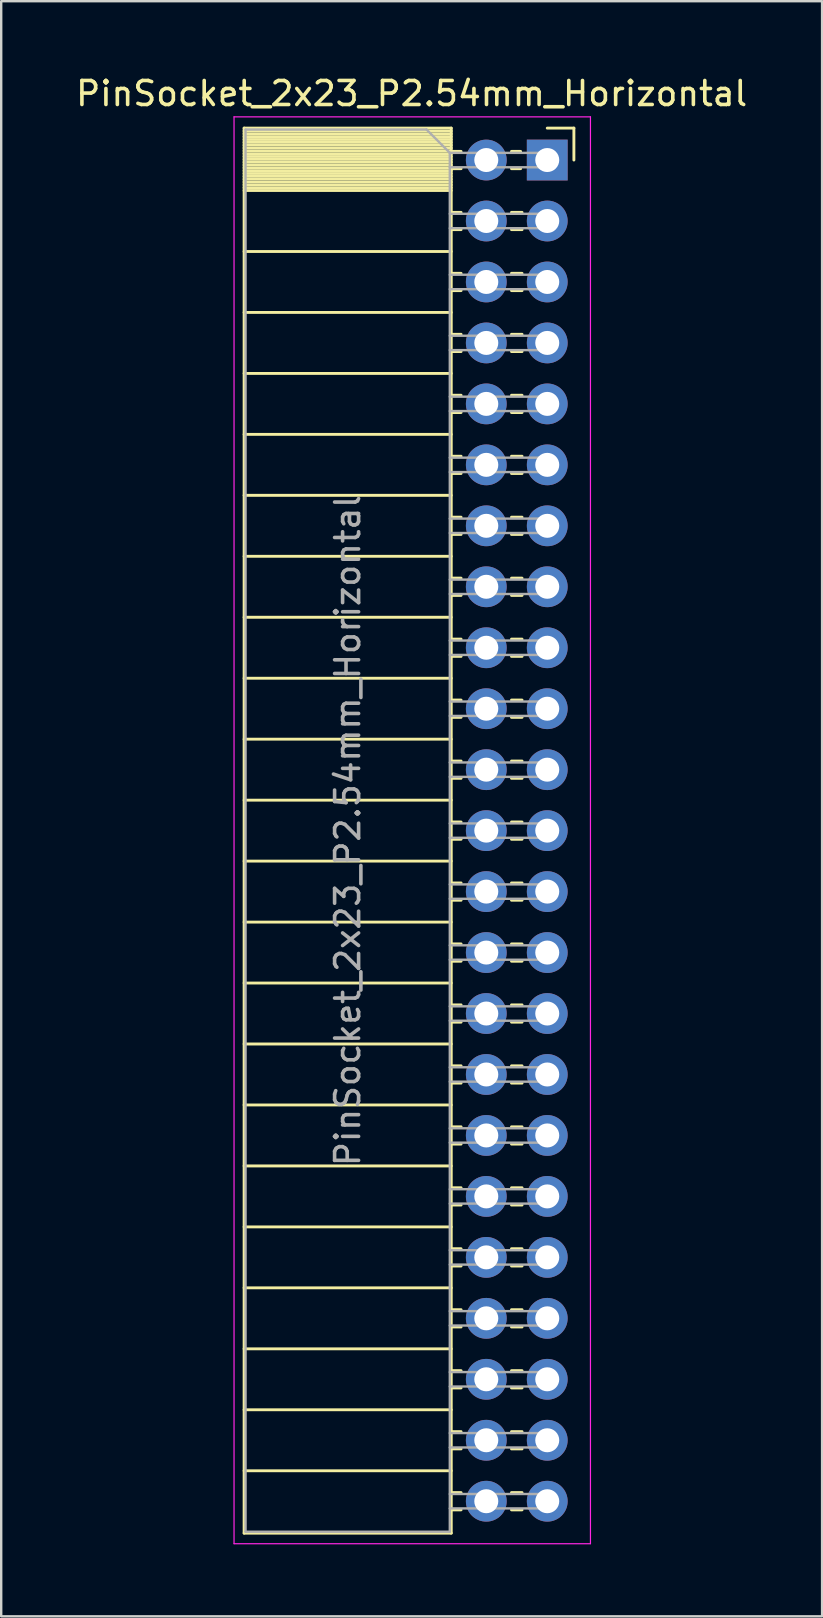
<source format=kicad_pcb>
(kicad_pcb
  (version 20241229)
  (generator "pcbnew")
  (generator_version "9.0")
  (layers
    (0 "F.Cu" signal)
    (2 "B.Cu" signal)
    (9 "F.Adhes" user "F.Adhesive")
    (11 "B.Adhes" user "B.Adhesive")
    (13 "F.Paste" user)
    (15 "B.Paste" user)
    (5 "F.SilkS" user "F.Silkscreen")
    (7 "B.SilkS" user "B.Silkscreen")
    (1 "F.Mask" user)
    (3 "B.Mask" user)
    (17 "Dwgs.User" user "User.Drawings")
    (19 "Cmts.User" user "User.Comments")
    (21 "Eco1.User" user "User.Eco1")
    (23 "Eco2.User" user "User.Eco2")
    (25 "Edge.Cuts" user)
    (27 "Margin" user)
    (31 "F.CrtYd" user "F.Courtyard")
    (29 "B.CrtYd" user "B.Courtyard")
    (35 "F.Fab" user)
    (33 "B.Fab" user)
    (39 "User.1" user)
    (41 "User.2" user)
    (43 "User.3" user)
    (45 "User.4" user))
  (footprint "PinSocket_2x23_P2.54mm_Horizontal"
    (layer "F.Cu")
    (at 19.751 3.618)
    (property "Reference" "PinSocket_2x23_P2.54mm_Horizontal" (at -5.65 -2.77 0) (layer "F.SilkS") (effects (font (size 1 1) (thickness 0.15))))
    (attr through_hole)
    (fp_line (start -12.63 -1.33) (end -12.63 57.21) (stroke (width 0.12) (type solid)) (layer "F.SilkS"))
    (fp_line (start -12.63 -1.33) (end -4 -1.33) (stroke (width 0.12) (type solid)) (layer "F.SilkS"))
    (fp_line (start -12.63 -1.21) (end -4 -1.21) (stroke (width 0.12) (type solid)) (layer "F.SilkS"))
    (fp_line (start -12.63 -1.092) (end -4 -1.092) (stroke (width 0.12) (type solid)) (layer "F.SilkS"))
    (fp_line (start -12.63 -0.974) (end -4 -0.974) (stroke (width 0.12) (type solid)) (layer "F.SilkS"))
    (fp_line (start -12.63 -0.856) (end -4 -0.856) (stroke (width 0.12) (type solid)) (layer "F.SilkS"))
    (fp_line (start -12.63 -0.738) (end -4 -0.738) (stroke (width 0.12) (type solid)) (layer "F.SilkS"))
    (fp_line (start -12.63 -0.62) (end -4 -0.62) (stroke (width 0.12) (type solid)) (layer "F.SilkS"))
    (fp_line (start -12.63 -0.501) (end -4 -0.501) (stroke (width 0.12) (type solid)) (layer "F.SilkS"))
    (fp_line (start -12.63 -0.383) (end -4 -0.383) (stroke (width 0.12) (type solid)) (layer "F.SilkS"))
    (fp_line (start -12.63 -0.265) (end -4 -0.265) (stroke (width 0.12) (type solid)) (layer "F.SilkS"))
    (fp_line (start -12.63 -0.147) (end -4 -0.147) (stroke (width 0.12) (type solid)) (layer "F.SilkS"))
    (fp_line (start -12.63 -0.029) (end -4 -0.029) (stroke (width 0.12) (type solid)) (layer "F.SilkS"))
    (fp_line (start -12.63 0.089) (end -4 0.089) (stroke (width 0.12) (type solid)) (layer "F.SilkS"))
    (fp_line (start -12.63 0.207) (end -4 0.207) (stroke (width 0.12) (type solid)) (layer "F.SilkS"))
    (fp_line (start -12.63 0.325) (end -4 0.325) (stroke (width 0.12) (type solid)) (layer "F.SilkS"))
    (fp_line (start -12.63 0.443) (end -4 0.443) (stroke (width 0.12) (type solid)) (layer "F.SilkS"))
    (fp_line (start -12.63 0.561) (end -4 0.561) (stroke (width 0.12) (type solid)) (layer "F.SilkS"))
    (fp_line (start -12.63 0.68) (end -4 0.68) (stroke (width 0.12) (type solid)) (layer "F.SilkS"))
    (fp_line (start -12.63 0.798) (end -4 0.798) (stroke (width 0.12) (type solid)) (layer "F.SilkS"))
    (fp_line (start -12.63 0.916) (end -4 0.916) (stroke (width 0.12) (type solid)) (layer "F.SilkS"))
    (fp_line (start -12.63 1.034) (end -4 1.034) (stroke (width 0.12) (type solid)) (layer "F.SilkS"))
    (fp_line (start -12.63 1.152) (end -4 1.152) (stroke (width 0.12) (type solid)) (layer "F.SilkS"))
    (fp_line (start -12.63 1.27) (end -4 1.27) (stroke (width 0.12) (type solid)) (layer "F.SilkS"))
    (fp_line (start -12.63 3.81) (end -4 3.81) (stroke (width 0.12) (type solid)) (layer "F.SilkS"))
    (fp_line (start -12.63 6.35) (end -4 6.35) (stroke (width 0.12) (type solid)) (layer "F.SilkS"))
    (fp_line (start -12.63 8.89) (end -4 8.89) (stroke (width 0.12) (type solid)) (layer "F.SilkS"))
    (fp_line (start -12.63 11.43) (end -4 11.43) (stroke (width 0.12) (type solid)) (layer "F.SilkS"))
    (fp_line (start -12.63 13.97) (end -4 13.97) (stroke (width 0.12) (type solid)) (layer "F.SilkS"))
    (fp_line (start -12.63 16.51) (end -4 16.51) (stroke (width 0.12) (type solid)) (layer "F.SilkS"))
    (fp_line (start -12.63 19.05) (end -4 19.05) (stroke (width 0.12) (type solid)) (layer "F.SilkS"))
    (fp_line (start -12.63 21.59) (end -4 21.59) (stroke (width 0.12) (type solid)) (layer "F.SilkS"))
    (fp_line (start -12.63 24.13) (end -4 24.13) (stroke (width 0.12) (type solid)) (layer "F.SilkS"))
    (fp_line (start -12.63 26.67) (end -4 26.67) (stroke (width 0.12) (type solid)) (layer "F.SilkS"))
    (fp_line (start -12.63 29.21) (end -4 29.21) (stroke (width 0.12) (type solid)) (layer "F.SilkS"))
    (fp_line (start -12.63 31.75) (end -4 31.75) (stroke (width 0.12) (type solid)) (layer "F.SilkS"))
    (fp_line (start -12.63 34.29) (end -4 34.29) (stroke (width 0.12) (type solid)) (layer "F.SilkS"))
    (fp_line (start -12.63 36.83) (end -4 36.83) (stroke (width 0.12) (type solid)) (layer "F.SilkS"))
    (fp_line (start -12.63 39.37) (end -4 39.37) (stroke (width 0.12) (type solid)) (layer "F.SilkS"))
    (fp_line (start -12.63 41.91) (end -4 41.91) (stroke (width 0.12) (type solid)) (layer "F.SilkS"))
    (fp_line (start -12.63 44.45) (end -4 44.45) (stroke (width 0.12) (type solid)) (layer "F.SilkS"))
    (fp_line (start -12.63 46.99) (end -4 46.99) (stroke (width 0.12) (type solid)) (layer "F.SilkS"))
    (fp_line (start -12.63 49.53) (end -4 49.53) (stroke (width 0.12) (type solid)) (layer "F.SilkS"))
    (fp_line (start -12.63 52.07) (end -4 52.07) (stroke (width 0.12) (type solid)) (layer "F.SilkS"))
    (fp_line (start -12.63 54.61) (end -4 54.61) (stroke (width 0.12) (type solid)) (layer "F.SilkS"))
    (fp_line (start -12.63 57.21) (end -4 57.21) (stroke (width 0.12) (type solid)) (layer "F.SilkS"))
    (fp_line (start -4 -1.33) (end -4 57.21) (stroke (width 0.12) (type solid)) (layer "F.SilkS"))
    (fp_line (start -4 -0.36) (end -3.59 -0.36) (stroke (width 0.12) (type solid)) (layer "F.SilkS"))
    (fp_line (start -4 0.36) (end -3.59 0.36) (stroke (width 0.12) (type solid)) (layer "F.SilkS"))
    (fp_line (start -4 2.18) (end -3.59 2.18) (stroke (width 0.12) (type solid)) (layer "F.SilkS"))
    (fp_line (start -4 2.9) (end -3.59 2.9) (stroke (width 0.12) (type solid)) (layer "F.SilkS"))
    (fp_line (start -4 4.72) (end -3.59 4.72) (stroke (width 0.12) (type solid)) (layer "F.SilkS"))
    (fp_line (start -4 5.44) (end -3.59 5.44) (stroke (width 0.12) (type solid)) (layer "F.SilkS"))
    (fp_line (start -4 7.26) (end -3.59 7.26) (stroke (width 0.12) (type solid)) (layer "F.SilkS"))
    (fp_line (start -4 7.98) (end -3.59 7.98) (stroke (width 0.12) (type solid)) (layer "F.SilkS"))
    (fp_line (start -4 9.8) (end -3.59 9.8) (stroke (width 0.12) (type solid)) (layer "F.SilkS"))
    (fp_line (start -4 10.52) (end -3.59 10.52) (stroke (width 0.12) (type solid)) (layer "F.SilkS"))
    (fp_line (start -4 12.34) (end -3.59 12.34) (stroke (width 0.12) (type solid)) (layer "F.SilkS"))
    (fp_line (start -4 13.06) (end -3.59 13.06) (stroke (width 0.12) (type solid)) (layer "F.SilkS"))
    (fp_line (start -4 14.88) (end -3.59 14.88) (stroke (width 0.12) (type solid)) (layer "F.SilkS"))
    (fp_line (start -4 15.6) (end -3.59 15.6) (stroke (width 0.12) (type solid)) (layer "F.SilkS"))
    (fp_line (start -4 17.42) (end -3.59 17.42) (stroke (width 0.12) (type solid)) (layer "F.SilkS"))
    (fp_line (start -4 18.14) (end -3.59 18.14) (stroke (width 0.12) (type solid)) (layer "F.SilkS"))
    (fp_line (start -4 19.96) (end -3.59 19.96) (stroke (width 0.12) (type solid)) (layer "F.SilkS"))
    (fp_line (start -4 20.68) (end -3.59 20.68) (stroke (width 0.12) (type solid)) (layer "F.SilkS"))
    (fp_line (start -4 22.5) (end -3.59 22.5) (stroke (width 0.12) (type solid)) (layer "F.SilkS"))
    (fp_line (start -4 23.22) (end -3.59 23.22) (stroke (width 0.12) (type solid)) (layer "F.SilkS"))
    (fp_line (start -4 25.04) (end -3.59 25.04) (stroke (width 0.12) (type solid)) (layer "F.SilkS"))
    (fp_line (start -4 25.76) (end -3.59 25.76) (stroke (width 0.12) (type solid)) (layer "F.SilkS"))
    (fp_line (start -4 27.58) (end -3.59 27.58) (stroke (width 0.12) (type solid)) (layer "F.SilkS"))
    (fp_line (start -4 28.3) (end -3.59 28.3) (stroke (width 0.12) (type solid)) (layer "F.SilkS"))
    (fp_line (start -4 30.12) (end -3.59 30.12) (stroke (width 0.12) (type solid)) (layer "F.SilkS"))
    (fp_line (start -4 30.84) (end -3.59 30.84) (stroke (width 0.12) (type solid)) (layer "F.SilkS"))
    (fp_line (start -4 32.66) (end -3.59 32.66) (stroke (width 0.12) (type solid)) (layer "F.SilkS"))
    (fp_line (start -4 33.38) (end -3.59 33.38) (stroke (width 0.12) (type solid)) (layer "F.SilkS"))
    (fp_line (start -4 35.2) (end -3.59 35.2) (stroke (width 0.12) (type solid)) (layer "F.SilkS"))
    (fp_line (start -4 35.92) (end -3.59 35.92) (stroke (width 0.12) (type solid)) (layer "F.SilkS"))
    (fp_line (start -4 37.74) (end -3.59 37.74) (stroke (width 0.12) (type solid)) (layer "F.SilkS"))
    (fp_line (start -4 38.46) (end -3.59 38.46) (stroke (width 0.12) (type solid)) (layer "F.SilkS"))
    (fp_line (start -4 40.28) (end -3.59 40.28) (stroke (width 0.12) (type solid)) (layer "F.SilkS"))
    (fp_line (start -4 41) (end -3.59 41) (stroke (width 0.12) (type solid)) (layer "F.SilkS"))
    (fp_line (start -4 42.82) (end -3.59 42.82) (stroke (width 0.12) (type solid)) (layer "F.SilkS"))
    (fp_line (start -4 43.54) (end -3.59 43.54) (stroke (width 0.12) (type solid)) (layer "F.SilkS"))
    (fp_line (start -4 45.36) (end -3.59 45.36) (stroke (width 0.12) (type solid)) (layer "F.SilkS"))
    (fp_line (start -4 46.08) (end -3.59 46.08) (stroke (width 0.12) (type solid)) (layer "F.SilkS"))
    (fp_line (start -4 47.9) (end -3.59 47.9) (stroke (width 0.12) (type solid)) (layer "F.SilkS"))
    (fp_line (start -4 48.62) (end -3.59 48.62) (stroke (width 0.12) (type solid)) (layer "F.SilkS"))
    (fp_line (start -4 50.44) (end -3.59 50.44) (stroke (width 0.12) (type solid)) (layer "F.SilkS"))
    (fp_line (start -4 51.16) (end -3.59 51.16) (stroke (width 0.12) (type solid)) (layer "F.SilkS"))
    (fp_line (start -4 52.98) (end -3.59 52.98) (stroke (width 0.12) (type solid)) (layer "F.SilkS"))
    (fp_line (start -4 53.7) (end -3.59 53.7) (stroke (width 0.12) (type solid)) (layer "F.SilkS"))
    (fp_line (start -4 55.52) (end -3.59 55.52) (stroke (width 0.12) (type solid)) (layer "F.SilkS"))
    (fp_line (start -4 56.24) (end -3.59 56.24) (stroke (width 0.12) (type solid)) (layer "F.SilkS"))
    (fp_line (start -1.49 -0.36) (end -1.11 -0.36) (stroke (width 0.12) (type solid)) (layer "F.SilkS"))
    (fp_line (start -1.49 0.36) (end -1.11 0.36) (stroke (width 0.12) (type solid)) (layer "F.SilkS"))
    (fp_line (start -1.49 2.18) (end -1.05 2.18) (stroke (width 0.12) (type solid)) (layer "F.SilkS"))
    (fp_line (start -1.49 2.9) (end -1.05 2.9) (stroke (width 0.12) (type solid)) (layer "F.SilkS"))
    (fp_line (start -1.49 4.72) (end -1.05 4.72) (stroke (width 0.12) (type solid)) (layer "F.SilkS"))
    (fp_line (start -1.49 5.44) (end -1.05 5.44) (stroke (width 0.12) (type solid)) (layer "F.SilkS"))
    (fp_line (start -1.49 7.26) (end -1.05 7.26) (stroke (width 0.12) (type solid)) (layer "F.SilkS"))
    (fp_line (start -1.49 7.98) (end -1.05 7.98) (stroke (width 0.12) (type solid)) (layer "F.SilkS"))
    (fp_line (start -1.49 9.8) (end -1.05 9.8) (stroke (width 0.12) (type solid)) (layer "F.SilkS"))
    (fp_line (start -1.49 10.52) (end -1.05 10.52) (stroke (width 0.12) (type solid)) (layer "F.SilkS"))
    (fp_line (start -1.49 12.34) (end -1.05 12.34) (stroke (width 0.12) (type solid)) (layer "F.SilkS"))
    (fp_line (start -1.49 13.06) (end -1.05 13.06) (stroke (width 0.12) (type solid)) (layer "F.SilkS"))
    (fp_line (start -1.49 14.88) (end -1.05 14.88) (stroke (width 0.12) (type solid)) (layer "F.SilkS"))
    (fp_line (start -1.49 15.6) (end -1.05 15.6) (stroke (width 0.12) (type solid)) (layer "F.SilkS"))
    (fp_line (start -1.49 17.42) (end -1.05 17.42) (stroke (width 0.12) (type solid)) (layer "F.SilkS"))
    (fp_line (start -1.49 18.14) (end -1.05 18.14) (stroke (width 0.12) (type solid)) (layer "F.SilkS"))
    (fp_line (start -1.49 19.96) (end -1.05 19.96) (stroke (width 0.12) (type solid)) (layer "F.SilkS"))
    (fp_line (start -1.49 20.68) (end -1.05 20.68) (stroke (width 0.12) (type solid)) (layer "F.SilkS"))
    (fp_line (start -1.49 22.5) (end -1.05 22.5) (stroke (width 0.12) (type solid)) (layer "F.SilkS"))
    (fp_line (start -1.49 23.22) (end -1.05 23.22) (stroke (width 0.12) (type solid)) (layer "F.SilkS"))
    (fp_line (start -1.49 25.04) (end -1.05 25.04) (stroke (width 0.12) (type solid)) (layer "F.SilkS"))
    (fp_line (start -1.49 25.76) (end -1.05 25.76) (stroke (width 0.12) (type solid)) (layer "F.SilkS"))
    (fp_line (start -1.49 27.58) (end -1.05 27.58) (stroke (width 0.12) (type solid)) (layer "F.SilkS"))
    (fp_line (start -1.49 28.3) (end -1.05 28.3) (stroke (width 0.12) (type solid)) (layer "F.SilkS"))
    (fp_line (start -1.49 30.12) (end -1.05 30.12) (stroke (width 0.12) (type solid)) (layer "F.SilkS"))
    (fp_line (start -1.49 30.84) (end -1.05 30.84) (stroke (width 0.12) (type solid)) (layer "F.SilkS"))
    (fp_line (start -1.49 32.66) (end -1.05 32.66) (stroke (width 0.12) (type solid)) (layer "F.SilkS"))
    (fp_line (start -1.49 33.38) (end -1.05 33.38) (stroke (width 0.12) (type solid)) (layer "F.SilkS"))
    (fp_line (start -1.49 35.2) (end -1.05 35.2) (stroke (width 0.12) (type solid)) (layer "F.SilkS"))
    (fp_line (start -1.49 35.92) (end -1.05 35.92) (stroke (width 0.12) (type solid)) (layer "F.SilkS"))
    (fp_line (start -1.49 37.74) (end -1.05 37.74) (stroke (width 0.12) (type solid)) (layer "F.SilkS"))
    (fp_line (start -1.49 38.46) (end -1.05 38.46) (stroke (width 0.12) (type solid)) (layer "F.SilkS"))
    (fp_line (start -1.49 40.28) (end -1.05 40.28) (stroke (width 0.12) (type solid)) (layer "F.SilkS"))
    (fp_line (start -1.49 41) (end -1.05 41) (stroke (width 0.12) (type solid)) (layer "F.SilkS"))
    (fp_line (start -1.49 42.82) (end -1.05 42.82) (stroke (width 0.12) (type solid)) (layer "F.SilkS"))
    (fp_line (start -1.49 43.54) (end -1.05 43.54) (stroke (width 0.12) (type solid)) (layer "F.SilkS"))
    (fp_line (start -1.49 45.36) (end -1.05 45.36) (stroke (width 0.12) (type solid)) (layer "F.SilkS"))
    (fp_line (start -1.49 46.08) (end -1.05 46.08) (stroke (width 0.12) (type solid)) (layer "F.SilkS"))
    (fp_line (start -1.49 47.9) (end -1.05 47.9) (stroke (width 0.12) (type solid)) (layer "F.SilkS"))
    (fp_line (start -1.49 48.62) (end -1.05 48.62) (stroke (width 0.12) (type solid)) (layer "F.SilkS"))
    (fp_line (start -1.49 50.44) (end -1.05 50.44) (stroke (width 0.12) (type solid)) (layer "F.SilkS"))
    (fp_line (start -1.49 51.16) (end -1.05 51.16) (stroke (width 0.12) (type solid)) (layer "F.SilkS"))
    (fp_line (start -1.49 52.98) (end -1.05 52.98) (stroke (width 0.12) (type solid)) (layer "F.SilkS"))
    (fp_line (start -1.49 53.7) (end -1.05 53.7) (stroke (width 0.12) (type solid)) (layer "F.SilkS"))
    (fp_line (start -1.49 55.52) (end -1.05 55.52) (stroke (width 0.12) (type solid)) (layer "F.SilkS"))
    (fp_line (start -1.49 56.24) (end -1.05 56.24) (stroke (width 0.12) (type solid)) (layer "F.SilkS"))
    (fp_line (start 0 -1.33) (end 1.11 -1.33) (stroke (width 0.12) (type solid)) (layer "F.SilkS"))
    (fp_line (start 1.11 -1.33) (end 1.11 0) (stroke (width 0.12) (type solid)) (layer "F.SilkS"))
    (fp_line (start -13.05 -1.8) (end -13.05 57.65) (stroke (width 0.05) (type solid)) (layer "F.CrtYd"))
    (fp_line (start -13.05 57.65) (end 1.8 57.65) (stroke (width 0.05) (type solid)) (layer "F.CrtYd"))
    (fp_line (start 1.8 -1.8) (end -13.05 -1.8) (stroke (width 0.05) (type solid)) (layer "F.CrtYd"))
    (fp_line (start 1.8 57.65) (end 1.8 -1.8) (stroke (width 0.05) (type solid)) (layer "F.CrtYd"))
    (fp_line (start -12.57 -1.27) (end -5.03 -1.27) (stroke (width 0.1) (type solid)) (layer "F.Fab"))
    (fp_line (start -12.57 57.15) (end -12.57 -1.27) (stroke (width 0.1) (type solid)) (layer "F.Fab"))
    (fp_line (start -5.03 -1.27) (end -4.06 -0.3) (stroke (width 0.1) (type solid)) (layer "F.Fab"))
    (fp_line (start -4.06 -0.3) (end -4.06 57.15) (stroke (width 0.1) (type solid)) (layer "F.Fab"))
    (fp_line (start -4.06 0.3) (end 0 0.3) (stroke (width 0.1) (type solid)) (layer "F.Fab"))
    (fp_line (start -4.06 2.84) (end 0 2.84) (stroke (width 0.1) (type solid)) (layer "F.Fab"))
    (fp_line (start -4.06 5.38) (end 0 5.38) (stroke (width 0.1) (type solid)) (layer "F.Fab"))
    (fp_line (start -4.06 7.92) (end 0 7.92) (stroke (width 0.1) (type solid)) (layer "F.Fab"))
    (fp_line (start -4.06 10.46) (end 0 10.46) (stroke (width 0.1) (type solid)) (layer "F.Fab"))
    (fp_line (start -4.06 13) (end 0 13) (stroke (width 0.1) (type solid)) (layer "F.Fab"))
    (fp_line (start -4.06 15.54) (end 0 15.54) (stroke (width 0.1) (type solid)) (layer "F.Fab"))
    (fp_line (start -4.06 18.08) (end 0 18.08) (stroke (width 0.1) (type solid)) (layer "F.Fab"))
    (fp_line (start -4.06 20.62) (end 0 20.62) (stroke (width 0.1) (type solid)) (layer "F.Fab"))
    (fp_line (start -4.06 23.16) (end 0 23.16) (stroke (width 0.1) (type solid)) (layer "F.Fab"))
    (fp_line (start -4.06 25.7) (end 0 25.7) (stroke (width 0.1) (type solid)) (layer "F.Fab"))
    (fp_line (start -4.06 28.24) (end 0 28.24) (stroke (width 0.1) (type solid)) (layer "F.Fab"))
    (fp_line (start -4.06 30.78) (end 0 30.78) (stroke (width 0.1) (type solid)) (layer "F.Fab"))
    (fp_line (start -4.06 33.32) (end 0 33.32) (stroke (width 0.1) (type solid)) (layer "F.Fab"))
    (fp_line (start -4.06 35.86) (end 0 35.86) (stroke (width 0.1) (type solid)) (layer "F.Fab"))
    (fp_line (start -4.06 38.4) (end 0 38.4) (stroke (width 0.1) (type solid)) (layer "F.Fab"))
    (fp_line (start -4.06 40.94) (end 0 40.94) (stroke (width 0.1) (type solid)) (layer "F.Fab"))
    (fp_line (start -4.06 43.48) (end 0 43.48) (stroke (width 0.1) (type solid)) (layer "F.Fab"))
    (fp_line (start -4.06 46.02) (end 0 46.02) (stroke (width 0.1) (type solid)) (layer "F.Fab"))
    (fp_line (start -4.06 48.56) (end 0 48.56) (stroke (width 0.1) (type solid)) (layer "F.Fab"))
    (fp_line (start -4.06 51.1) (end 0 51.1) (stroke (width 0.1) (type solid)) (layer "F.Fab"))
    (fp_line (start -4.06 53.64) (end 0 53.64) (stroke (width 0.1) (type solid)) (layer "F.Fab"))
    (fp_line (start -4.06 56.18) (end 0 56.18) (stroke (width 0.1) (type solid)) (layer "F.Fab"))
    (fp_line (start -4.06 57.15) (end -12.57 57.15) (stroke (width 0.1) (type solid)) (layer "F.Fab"))
    (fp_line (start 0 -0.3) (end -4.06 -0.3) (stroke (width 0.1) (type solid)) (layer "F.Fab"))
    (fp_line (start 0 0.3) (end 0 -0.3) (stroke (width 0.1) (type solid)) (layer "F.Fab"))
    (fp_line (start 0 2.24) (end -4.06 2.24) (stroke (width 0.1) (type solid)) (layer "F.Fab"))
    (fp_line (start 0 2.84) (end 0 2.24) (stroke (width 0.1) (type solid)) (layer "F.Fab"))
    (fp_line (start 0 4.78) (end -4.06 4.78) (stroke (width 0.1) (type solid)) (layer "F.Fab"))
    (fp_line (start 0 5.38) (end 0 4.78) (stroke (width 0.1) (type solid)) (layer "F.Fab"))
    (fp_line (start 0 7.32) (end -4.06 7.32) (stroke (width 0.1) (type solid)) (layer "F.Fab"))
    (fp_line (start 0 7.92) (end 0 7.32) (stroke (width 0.1) (type solid)) (layer "F.Fab"))
    (fp_line (start 0 9.86) (end -4.06 9.86) (stroke (width 0.1) (type solid)) (layer "F.Fab"))
    (fp_line (start 0 10.46) (end 0 9.86) (stroke (width 0.1) (type solid)) (layer "F.Fab"))
    (fp_line (start 0 12.4) (end -4.06 12.4) (stroke (width 0.1) (type solid)) (layer "F.Fab"))
    (fp_line (start 0 13) (end 0 12.4) (stroke (width 0.1) (type solid)) (layer "F.Fab"))
    (fp_line (start 0 14.94) (end -4.06 14.94) (stroke (width 0.1) (type solid)) (layer "F.Fab"))
    (fp_line (start 0 15.54) (end 0 14.94) (stroke (width 0.1) (type solid)) (layer "F.Fab"))
    (fp_line (start 0 17.48) (end -4.06 17.48) (stroke (width 0.1) (type solid)) (layer "F.Fab"))
    (fp_line (start 0 18.08) (end 0 17.48) (stroke (width 0.1) (type solid)) (layer "F.Fab"))
    (fp_line (start 0 20.02) (end -4.06 20.02) (stroke (width 0.1) (type solid)) (layer "F.Fab"))
    (fp_line (start 0 20.62) (end 0 20.02) (stroke (width 0.1) (type solid)) (layer "F.Fab"))
    (fp_line (start 0 22.56) (end -4.06 22.56) (stroke (width 0.1) (type solid)) (layer "F.Fab"))
    (fp_line (start 0 23.16) (end 0 22.56) (stroke (width 0.1) (type solid)) (layer "F.Fab"))
    (fp_line (start 0 25.1) (end -4.06 25.1) (stroke (width 0.1) (type solid)) (layer "F.Fab"))
    (fp_line (start 0 25.7) (end 0 25.1) (stroke (width 0.1) (type solid)) (layer "F.Fab"))
    (fp_line (start 0 27.64) (end -4.06 27.64) (stroke (width 0.1) (type solid)) (layer "F.Fab"))
    (fp_line (start 0 28.24) (end 0 27.64) (stroke (width 0.1) (type solid)) (layer "F.Fab"))
    (fp_line (start 0 30.18) (end -4.06 30.18) (stroke (width 0.1) (type solid)) (layer "F.Fab"))
    (fp_line (start 0 30.78) (end 0 30.18) (stroke (width 0.1) (type solid)) (layer "F.Fab"))
    (fp_line (start 0 32.72) (end -4.06 32.72) (stroke (width 0.1) (type solid)) (layer "F.Fab"))
    (fp_line (start 0 33.32) (end 0 32.72) (stroke (width 0.1) (type solid)) (layer "F.Fab"))
    (fp_line (start 0 35.26) (end -4.06 35.26) (stroke (width 0.1) (type solid)) (layer "F.Fab"))
    (fp_line (start 0 35.86) (end 0 35.26) (stroke (width 0.1) (type solid)) (layer "F.Fab"))
    (fp_line (start 0 37.8) (end -4.06 37.8) (stroke (width 0.1) (type solid)) (layer "F.Fab"))
    (fp_line (start 0 38.4) (end 0 37.8) (stroke (width 0.1) (type solid)) (layer "F.Fab"))
    (fp_line (start 0 40.34) (end -4.06 40.34) (stroke (width 0.1) (type solid)) (layer "F.Fab"))
    (fp_line (start 0 40.94) (end 0 40.34) (stroke (width 0.1) (type solid)) (layer "F.Fab"))
    (fp_line (start 0 42.88) (end -4.06 42.88) (stroke (width 0.1) (type solid)) (layer "F.Fab"))
    (fp_line (start 0 43.48) (end 0 42.88) (stroke (width 0.1) (type solid)) (layer "F.Fab"))
    (fp_line (start 0 45.42) (end -4.06 45.42) (stroke (width 0.1) (type solid)) (layer "F.Fab"))
    (fp_line (start 0 46.02) (end 0 45.42) (stroke (width 0.1) (type solid)) (layer "F.Fab"))
    (fp_line (start 0 47.96) (end -4.06 47.96) (stroke (width 0.1) (type solid)) (layer "F.Fab"))
    (fp_line (start 0 48.56) (end 0 47.96) (stroke (width 0.1) (type solid)) (layer "F.Fab"))
    (fp_line (start 0 50.5) (end -4.06 50.5) (stroke (width 0.1) (type solid)) (layer "F.Fab"))
    (fp_line (start 0 51.1) (end 0 50.5) (stroke (width 0.1) (type solid)) (layer "F.Fab"))
    (fp_line (start 0 53.04) (end -4.06 53.04) (stroke (width 0.1) (type solid)) (layer "F.Fab"))
    (fp_line (start 0 53.64) (end 0 53.04) (stroke (width 0.1) (type solid)) (layer "F.Fab"))
    (fp_line (start 0 55.58) (end -4.06 55.58) (stroke (width 0.1) (type solid)) (layer "F.Fab"))
    (fp_line (start 0 56.18) (end 0 55.58) (stroke (width 0.1) (type solid)) (layer "F.Fab"))
    (fp_text user "${REFERENCE}" (at -8.315 27.94 90) (layer "F.Fab") (effects (font (size 1 1) (thickness 0.15))))
    (pad "1" thru_hole rect (at 0 0) (size 1.7 1.7) (drill 1) (layers "*.Cu" "*.Mask"))
    (pad "2" thru_hole circle (at -2.54 0) (size 1.7 1.7) (drill 1) (layers "*.Cu" "*.Mask"))
    (pad "3" thru_hole circle (at 0 2.54) (size 1.7 1.7) (drill 1) (layers "*.Cu" "*.Mask"))
    (pad "4" thru_hole circle (at -2.54 2.54) (size 1.7 1.7) (drill 1) (layers "*.Cu" "*.Mask"))
    (pad "5" thru_hole circle (at 0 5.08) (size 1.7 1.7) (drill 1) (layers "*.Cu" "*.Mask"))
    (pad "6" thru_hole circle (at -2.54 5.08) (size 1.7 1.7) (drill 1) (layers "*.Cu" "*.Mask"))
    (pad "7" thru_hole circle (at 0 7.62) (size 1.7 1.7) (drill 1) (layers "*.Cu" "*.Mask"))
    (pad "8" thru_hole circle (at -2.54 7.62) (size 1.7 1.7) (drill 1) (layers "*.Cu" "*.Mask"))
    (pad "9" thru_hole circle (at 0 10.16) (size 1.7 1.7) (drill 1) (layers "*.Cu" "*.Mask"))
    (pad "10" thru_hole circle (at -2.54 10.16) (size 1.7 1.7) (drill 1) (layers "*.Cu" "*.Mask"))
    (pad "11" thru_hole circle (at 0 12.7) (size 1.7 1.7) (drill 1) (layers "*.Cu" "*.Mask"))
    (pad "12" thru_hole circle (at -2.54 12.7) (size 1.7 1.7) (drill 1) (layers "*.Cu" "*.Mask"))
    (pad "13" thru_hole circle (at 0 15.24) (size 1.7 1.7) (drill 1) (layers "*.Cu" "*.Mask"))
    (pad "14" thru_hole circle (at -2.54 15.24) (size 1.7 1.7) (drill 1) (layers "*.Cu" "*.Mask"))
    (pad "15" thru_hole circle (at 0 17.78) (size 1.7 1.7) (drill 1) (layers "*.Cu" "*.Mask"))
    (pad "16" thru_hole circle (at -2.54 17.78) (size 1.7 1.7) (drill 1) (layers "*.Cu" "*.Mask"))
    (pad "17" thru_hole circle (at 0 20.32) (size 1.7 1.7) (drill 1) (layers "*.Cu" "*.Mask"))
    (pad "18" thru_hole circle (at -2.54 20.32) (size 1.7 1.7) (drill 1) (layers "*.Cu" "*.Mask"))
    (pad "19" thru_hole circle (at 0 22.86) (size 1.7 1.7) (drill 1) (layers "*.Cu" "*.Mask"))
    (pad "20" thru_hole circle (at -2.54 22.86) (size 1.7 1.7) (drill 1) (layers "*.Cu" "*.Mask"))
    (pad "21" thru_hole circle (at 0 25.4) (size 1.7 1.7) (drill 1) (layers "*.Cu" "*.Mask"))
    (pad "22" thru_hole circle (at -2.54 25.4) (size 1.7 1.7) (drill 1) (layers "*.Cu" "*.Mask"))
    (pad "23" thru_hole circle (at 0 27.94) (size 1.7 1.7) (drill 1) (layers "*.Cu" "*.Mask"))
    (pad "24" thru_hole circle (at -2.54 27.94) (size 1.7 1.7) (drill 1) (layers "*.Cu" "*.Mask"))
    (pad "25" thru_hole circle (at 0 30.48) (size 1.7 1.7) (drill 1) (layers "*.Cu" "*.Mask"))
    (pad "26" thru_hole circle (at -2.54 30.48) (size 1.7 1.7) (drill 1) (layers "*.Cu" "*.Mask"))
    (pad "27" thru_hole circle (at 0 33.02) (size 1.7 1.7) (drill 1) (layers "*.Cu" "*.Mask"))
    (pad "28" thru_hole circle (at -2.54 33.02) (size 1.7 1.7) (drill 1) (layers "*.Cu" "*.Mask"))
    (pad "29" thru_hole circle (at 0 35.56) (size 1.7 1.7) (drill 1) (layers "*.Cu" "*.Mask"))
    (pad "30" thru_hole circle (at -2.54 35.56) (size 1.7 1.7) (drill 1) (layers "*.Cu" "*.Mask"))
    (pad "31" thru_hole circle (at 0 38.1) (size 1.7 1.7) (drill 1) (layers "*.Cu" "*.Mask"))
    (pad "32" thru_hole circle (at -2.54 38.1) (size 1.7 1.7) (drill 1) (layers "*.Cu" "*.Mask"))
    (pad "33" thru_hole circle (at 0 40.64) (size 1.7 1.7) (drill 1) (layers "*.Cu" "*.Mask"))
    (pad "34" thru_hole circle (at -2.54 40.64) (size 1.7 1.7) (drill 1) (layers "*.Cu" "*.Mask"))
    (pad "35" thru_hole circle (at 0 43.18) (size 1.7 1.7) (drill 1) (layers "*.Cu" "*.Mask"))
    (pad "36" thru_hole circle (at -2.54 43.18) (size 1.7 1.7) (drill 1) (layers "*.Cu" "*.Mask"))
    (pad "37" thru_hole circle (at 0 45.72) (size 1.7 1.7) (drill 1) (layers "*.Cu" "*.Mask"))
    (pad "38" thru_hole circle (at -2.54 45.72) (size 1.7 1.7) (drill 1) (layers "*.Cu" "*.Mask"))
    (pad "39" thru_hole circle (at 0 48.26) (size 1.7 1.7) (drill 1) (layers "*.Cu" "*.Mask"))
    (pad "40" thru_hole circle (at -2.54 48.26) (size 1.7 1.7) (drill 1) (layers "*.Cu" "*.Mask"))
    (pad "41" thru_hole circle (at 0 50.8) (size 1.7 1.7) (drill 1) (layers "*.Cu" "*.Mask"))
    (pad "42" thru_hole circle (at -2.54 50.8) (size 1.7 1.7) (drill 1) (layers "*.Cu" "*.Mask"))
    (pad "43" thru_hole circle (at 0 53.34) (size 1.7 1.7) (drill 1) (layers "*.Cu" "*.Mask"))
    (pad "44" thru_hole circle (at -2.54 53.34) (size 1.7 1.7) (drill 1) (layers "*.Cu" "*.Mask"))
    (pad "45" thru_hole circle (at 0 55.88) (size 1.7 1.7) (drill 1) (layers "*.Cu" "*.Mask"))
    (pad "46" thru_hole circle (at -2.54 55.88) (size 1.7 1.7) (drill 1) (layers "*.Cu" "*.Mask")))
  (gr_rect
    (start -3 -3)
    (end 31.202 64.293)
    (stroke (width 0.1) (type default))
    (fill no)
    (layer "Edge.Cuts")))
</source>
